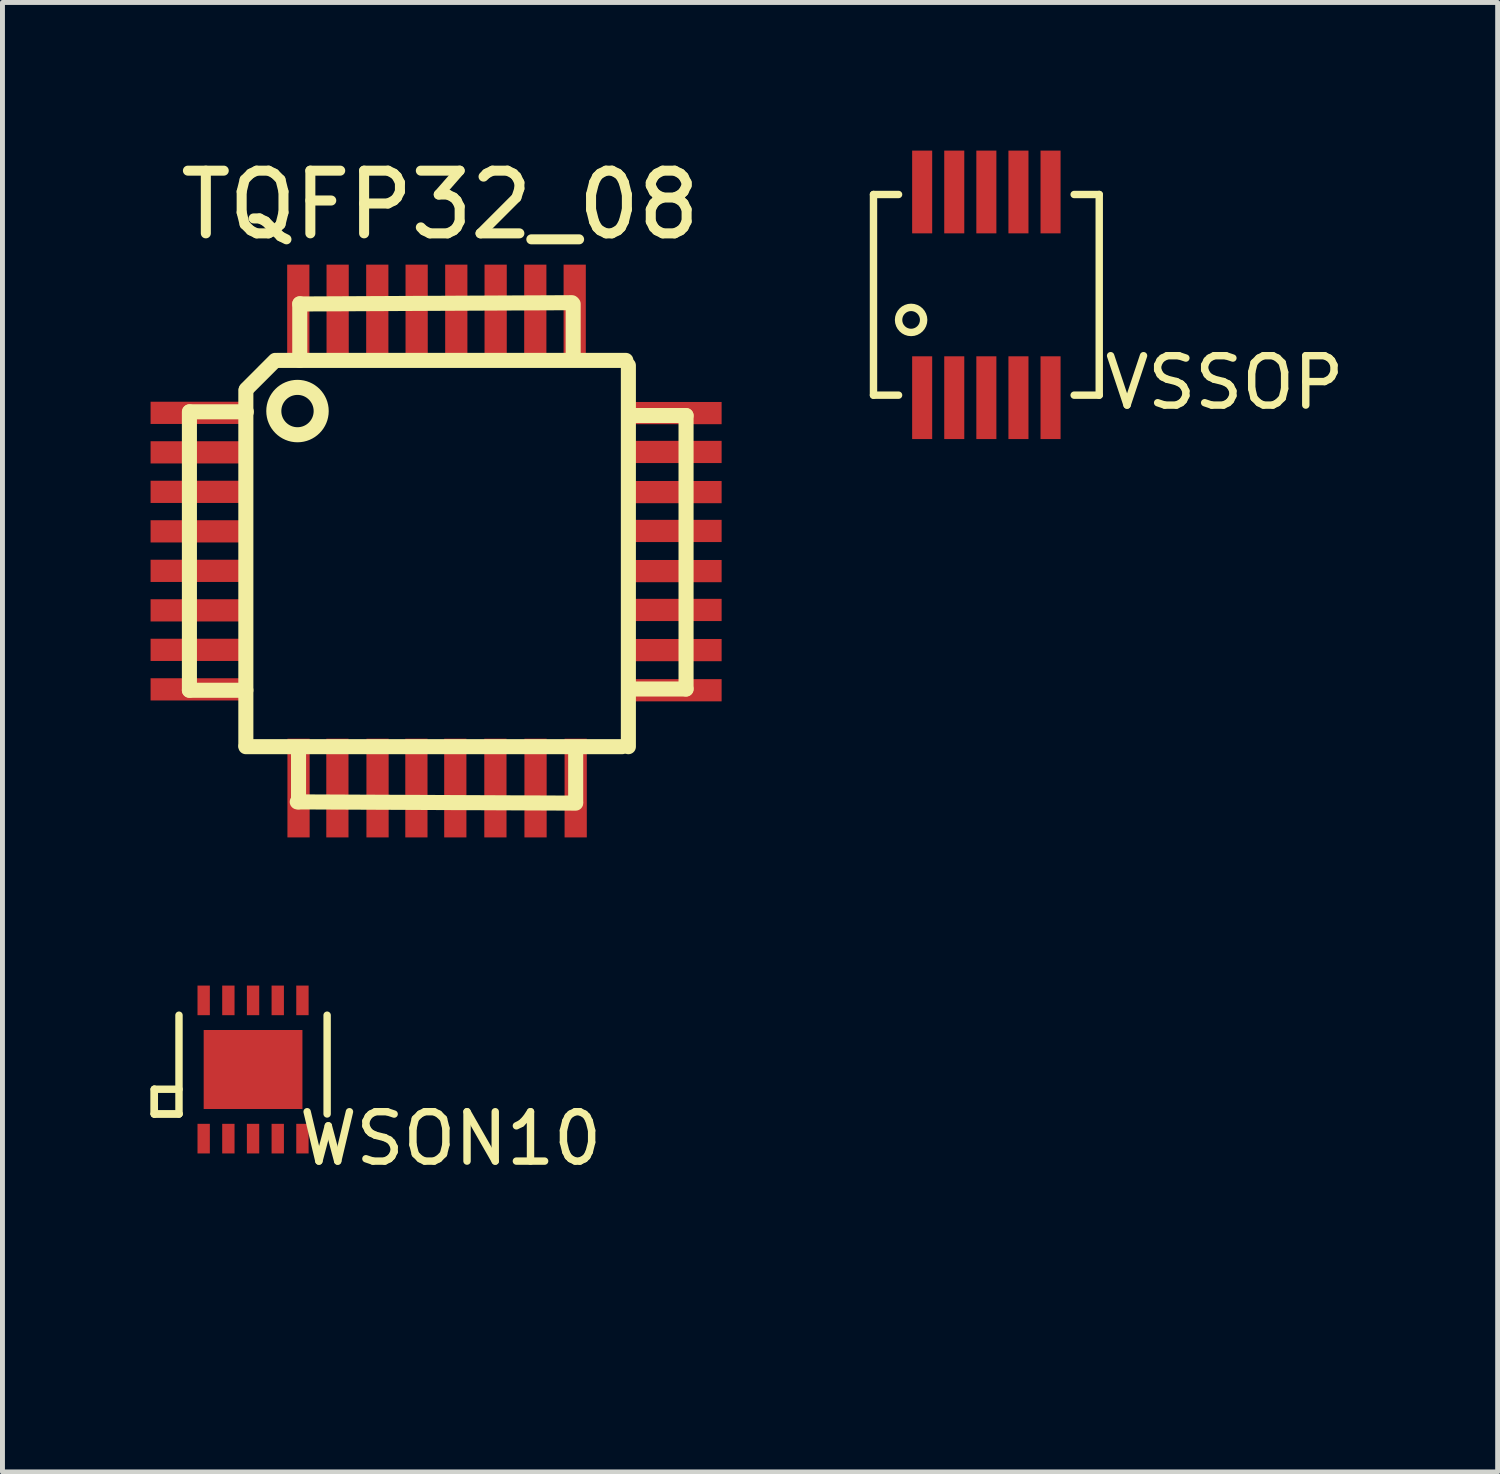
<source format=kicad_pcb>
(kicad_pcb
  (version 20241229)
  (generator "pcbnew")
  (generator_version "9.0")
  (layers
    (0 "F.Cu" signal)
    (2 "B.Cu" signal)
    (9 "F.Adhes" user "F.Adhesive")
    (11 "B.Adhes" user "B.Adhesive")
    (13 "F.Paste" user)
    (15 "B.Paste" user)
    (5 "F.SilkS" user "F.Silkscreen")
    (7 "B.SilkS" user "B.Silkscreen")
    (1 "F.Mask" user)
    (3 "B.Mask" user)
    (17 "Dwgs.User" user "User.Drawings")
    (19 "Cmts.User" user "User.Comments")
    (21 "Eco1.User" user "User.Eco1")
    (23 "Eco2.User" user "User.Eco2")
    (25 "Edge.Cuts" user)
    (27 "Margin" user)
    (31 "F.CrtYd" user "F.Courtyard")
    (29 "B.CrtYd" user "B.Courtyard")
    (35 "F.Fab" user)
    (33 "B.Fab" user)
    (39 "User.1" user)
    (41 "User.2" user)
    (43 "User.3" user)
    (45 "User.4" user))
  (footprint "TQFP32_08"
    (layer "F.Cu")
    (at 8.99 11.31)
    (property "Reference" "TQFP32_08" (at -3.124 -10.211 0) (layer "F.SilkS") (effects (font (size 1.27 1.27) (thickness 0.203))))
    (attr through_hole)
    (fp_line (start -8.204 -6.02) (end -8.204 -0.381) (stroke (width 0.305) (type solid)) (layer "F.SilkS"))
    (fp_line (start -8.204 -0.381) (end -7.061 -0.381) (stroke (width 0.305) (type solid)) (layer "F.SilkS"))
    (fp_line (start -8.199 -6.02) (end -7.051 -6.02) (stroke (width 0.305) (type solid)) (layer "F.SilkS"))
    (fp_line (start -7.061 -6.452) (end -7.061 0.737) (stroke (width 0.305) (type solid)) (layer "F.SilkS"))
    (fp_line (start -7.061 0.762) (end 0.559 0.762) (stroke (width 0.305) (type solid)) (layer "F.SilkS"))
    (fp_line (start -7.051 -6.477) (end -6.467 -7.061) (stroke (width 0.305) (type solid)) (layer "F.SilkS"))
    (fp_line (start -6.426 -7.061) (end 0.635 -7.061) (stroke (width 0.305) (type solid)) (layer "F.SilkS"))
    (fp_line (start -6.02 1.88) (end -0.381 1.905) (stroke (width 0.305) (type solid)) (layer "F.SilkS"))
    (fp_line (start -5.994 0.813) (end -5.994 1.88) (stroke (width 0.305) (type solid)) (layer "F.SilkS"))
    (fp_line (start -5.969 -8.204) (end -0.457 -8.23) (stroke (width 0.305) (type solid)) (layer "F.SilkS"))
    (fp_line (start -5.969 -7.061) (end -5.969 -8.209) (stroke (width 0.305) (type solid)) (layer "F.SilkS"))
    (fp_line (start -0.432 -8.204) (end -0.432 -7.163) (stroke (width 0.305) (type solid)) (layer "F.SilkS"))
    (fp_line (start -0.381 0.787) (end -0.381 1.88) (stroke (width 0.305) (type solid)) (layer "F.SilkS"))
    (fp_line (start 0.686 0.762) (end 0.686 -6.96) (stroke (width 0.305) (type solid)) (layer "F.SilkS"))
    (fp_line (start 1.854 -5.944) (end 0.737 -5.944) (stroke (width 0.305) (type solid)) (layer "F.SilkS"))
    (fp_line (start 1.854 -0.406) (end 0.711 -0.406) (stroke (width 0.305) (type solid)) (layer "F.SilkS"))
    (fp_line (start 1.854 -0.406) (end 1.854 -5.944) (stroke (width 0.305) (type solid)) (layer "F.SilkS"))
    (fp_circle (center -6.015 -6.035) (end -5.608 -5.781) (stroke (width 0.305) (type solid)) (fill no) (layer "F.SilkS"))
    (pad "1" smd rect (at -7.991 -5.999) (size 1.999 0.45) (layers "F.Cu" "F.Mask" "F.Paste"))
    (pad "2" smd rect (at -7.991 -5.199) (size 1.999 0.45) (layers "F.Cu" "F.Mask" "F.Paste"))
    (pad "3" smd rect (at -7.991 -4.399) (size 1.999 0.45) (layers "F.Cu" "F.Mask" "F.Paste"))
    (pad "4" smd rect (at -7.991 -3.599) (size 1.999 0.45) (layers "F.Cu" "F.Mask" "F.Paste"))
    (pad "5" smd rect (at -7.991 -2.799) (size 1.999 0.45) (layers "F.Cu" "F.Mask" "F.Paste"))
    (pad "6" smd rect (at -7.991 -1.999) (size 1.999 0.45) (layers "F.Cu" "F.Mask" "F.Paste"))
    (pad "7" smd rect (at -7.991 -1.199) (size 1.999 0.45) (layers "F.Cu" "F.Mask" "F.Paste"))
    (pad "8" smd rect (at -7.991 -0.399) (size 1.999 0.45) (layers "F.Cu" "F.Mask" "F.Paste"))
    (pad "9" smd rect (at -5.994 1.6) (size 0.45 1.999) (layers "F.Cu" "F.Mask" "F.Paste"))
    (pad "10" smd rect (at -5.207 1.6) (size 0.45 1.999) (layers "F.Cu" "F.Mask" "F.Paste"))
    (pad "11" smd rect (at -4.394 1.6) (size 0.45 1.999) (layers "F.Cu" "F.Mask" "F.Paste"))
    (pad "12" smd rect (at -3.607 1.6) (size 0.45 1.999) (layers "F.Cu" "F.Mask" "F.Paste"))
    (pad "13" smd rect (at -2.819 1.6) (size 0.45 1.999) (layers "F.Cu" "F.Mask" "F.Paste"))
    (pad "14" smd rect (at -2.007 1.6) (size 0.45 1.999) (layers "F.Cu" "F.Mask" "F.Paste"))
    (pad "15" smd rect (at -1.194 1.6) (size 0.45 1.999) (layers "F.Cu" "F.Mask" "F.Paste"))
    (pad "16" smd rect (at -0.381 1.6) (size 0.45 1.999) (layers "F.Cu" "F.Mask" "F.Paste"))
    (pad "17" smd rect (at 1.575 -0.381) (size 1.999 0.45) (layers "F.Cu" "F.Mask" "F.Paste"))
    (pad "18" smd rect (at 1.575 -1.194) (size 1.999 0.45) (layers "F.Cu" "F.Mask" "F.Paste"))
    (pad "19" smd rect (at 1.575 -2.007) (size 1.999 0.45) (layers "F.Cu" "F.Mask" "F.Paste"))
    (pad "20" smd rect (at 1.575 -2.794) (size 1.999 0.45) (layers "F.Cu" "F.Mask" "F.Paste"))
    (pad "21" smd rect (at 1.575 -3.607) (size 1.999 0.45) (layers "F.Cu" "F.Mask" "F.Paste"))
    (pad "22" smd rect (at 1.575 -4.394) (size 1.999 0.45) (layers "F.Cu" "F.Mask" "F.Paste"))
    (pad "23" smd rect (at 1.575 -5.207) (size 1.999 0.45) (layers "F.Cu" "F.Mask" "F.Paste"))
    (pad "24" smd rect (at 1.575 -5.994) (size 1.999 0.45) (layers "F.Cu" "F.Mask" "F.Paste"))
    (pad "25" smd rect (at -0.401 -8.001) (size 0.45 1.999) (layers "F.Cu" "F.Mask" "F.Paste"))
    (pad "26" smd rect (at -1.199 -8.001) (size 0.45 1.999) (layers "F.Cu" "F.Mask" "F.Paste"))
    (pad "27" smd rect (at -2.002 -8.001) (size 0.45 1.999) (layers "F.Cu" "F.Mask" "F.Paste"))
    (pad "28" smd rect (at -2.799 -8.001) (size 0.45 1.999) (layers "F.Cu" "F.Mask" "F.Paste"))
    (pad "29" smd rect (at -3.602 -8.001) (size 0.45 1.999) (layers "F.Cu" "F.Mask" "F.Paste"))
    (pad "30" smd rect (at -4.399 -8.001) (size 0.45 1.999) (layers "F.Cu" "F.Mask" "F.Paste"))
    (pad "31" smd rect (at -5.202 -8.001) (size 0.45 1.999) (layers "F.Cu" "F.Mask" "F.Paste"))
    (pad "32" smd rect (at -5.999 -8.001) (size 0.45 1.999) (layers "F.Cu" "F.Mask" "F.Paste")))
  (footprint "VSSOP"
    (layer "F.Cu")
    (at 16.926 2.921)
    (property "Reference" "VSSOP" (at 4.826 1.778 0) (layer "F.SilkS") (effects (font (size 1 1) (thickness 0.15))))
    (attr through_hole)
    (fp_line (start -2.286 -2.032) (end -1.778 -2.032) (stroke (width 0.15) (type solid)) (layer "F.SilkS"))
    (fp_line (start -2.286 2.032) (end -2.286 -2.032) (stroke (width 0.15) (type solid)) (layer "F.SilkS"))
    (fp_line (start -1.778 2.032) (end -2.286 2.032) (stroke (width 0.15) (type solid)) (layer "F.SilkS"))
    (fp_line (start 1.778 -2.032) (end 2.286 -2.032) (stroke (width 0.15) (type solid)) (layer "F.SilkS"))
    (fp_line (start 2.286 -2.032) (end 2.286 2.032) (stroke (width 0.15) (type solid)) (layer "F.SilkS"))
    (fp_line (start 2.286 2.032) (end 1.778 2.032) (stroke (width 0.15) (type solid)) (layer "F.SilkS"))
    (fp_circle (center -1.524 0.508) (end -1.524 0.254) (stroke (width 0.15) (type solid)) (fill no) (layer "F.SilkS"))
    (pad "1" smd rect (at -1.3 2.083) (size 0.406 1.676) (layers "F.Cu" "F.Mask" "F.Paste"))
    (pad "2" smd rect (at -0.65 2.083) (size 0.406 1.676) (layers "F.Cu" "F.Mask" "F.Paste"))
    (pad "3" smd rect (at 0 2.083) (size 0.406 1.676) (layers "F.Cu" "F.Mask" "F.Paste"))
    (pad "4" smd rect (at 0.65 2.083) (size 0.406 1.676) (layers "F.Cu" "F.Mask" "F.Paste"))
    (pad "5" smd rect (at 1.3 2.083) (size 0.406 1.676) (layers "F.Cu" "F.Mask" "F.Paste"))
    (pad "6" smd rect (at 1.3 -2.083) (size 0.406 1.676) (layers "F.Cu" "F.Mask" "F.Paste"))
    (pad "7" smd rect (at 0.65 -2.083) (size 0.406 1.676) (layers "F.Cu" "F.Mask" "F.Paste"))
    (pad "8" smd rect (at 0 -2.083) (size 0.406 1.676) (layers "F.Cu" "F.Mask" "F.Paste"))
    (pad "9" smd rect (at -0.65 -2.083) (size 0.406 1.676) (layers "F.Cu" "F.Mask" "F.Paste"))
    (pad "10" smd rect (at -1.3 -2.083) (size 0.406 1.676) (layers "F.Cu" "F.Mask" "F.Paste")))
  (footprint "WSON10"
    (layer "F.Cu")
    (at 3.575 23.51)
    (property "Reference" "WSON10" (at 2.5 -3.5 0) (layer "F.SilkS") (effects (font (size 1 1) (thickness 0.15))))
    (attr through_hole)
    (fp_line (start -3.5 -4.5) (end -3.5 -4) (stroke (width 0.15) (type solid)) (layer "F.SilkS"))
    (fp_line (start -3.5 -4.5) (end -3 -4.5) (stroke (width 0.15) (type solid)) (layer "F.SilkS"))
    (fp_line (start -3.5 -4) (end -3.5 -4.5) (stroke (width 0.15) (type solid)) (layer "F.SilkS"))
    (fp_line (start -3.5 -4) (end -3 -4) (stroke (width 0.15) (type solid)) (layer "F.SilkS"))
    (fp_line (start -3 -6) (end -3 -4) (stroke (width 0.15) (type solid)) (layer "F.SilkS"))
    (fp_line (start -3 -4) (end -3.5 -4) (stroke (width 0.15) (type solid)) (layer "F.SilkS"))
    (fp_line (start 0 -6) (end 0 -4) (stroke (width 0.15) (type solid)) (layer "F.SilkS"))
    (pad "1" smd rect (at -2.5 -3.5) (size 0.25 0.6) (layers "F.Cu" "F.Mask" "F.Paste"))
    (pad "2" smd rect (at -2 -3.5) (size 0.25 0.6) (layers "F.Cu" "F.Mask" "F.Paste"))
    (pad "3" smd rect (at -1.5 -3.5) (size 0.25 0.6) (layers "F.Cu" "F.Mask" "F.Paste"))
    (pad "4" smd rect (at -1 -3.5) (size 0.25 0.6) (layers "F.Cu" "F.Mask" "F.Paste"))
    (pad "5" smd rect (at -0.5 -3.5) (size 0.25 0.6) (layers "F.Cu" "F.Mask" "F.Paste"))
    (pad "6" smd rect (at -2.5 -6.3) (size 0.25 0.6) (layers "F.Cu" "F.Mask" "F.Paste"))
    (pad "7" smd rect (at -2 -6.3) (size 0.25 0.6) (layers "F.Cu" "F.Mask" "F.Paste"))
    (pad "8" smd rect (at -1.5 -6.3) (size 0.25 0.6) (layers "F.Cu" "F.Mask" "F.Paste"))
    (pad "9" smd rect (at -1 -6.3) (size 0.25 0.6) (layers "F.Cu" "F.Mask" "F.Paste"))
    (pad "10" smd rect (at -0.5 -6.3) (size 0.25 0.6) (layers "F.Cu" "F.Mask" "F.Paste"))
    (pad "11" smd rect (at -1.5 -4.9) (size 2 1.6) (layers "F.Cu" "F.Mask" "F.Paste")))
  (gr_rect
    (start -3 -3)
    (end 27.281 26.76)
    (stroke (width 0.1) (type default))
    (fill no)
    (layer "Edge.Cuts")))
</source>
